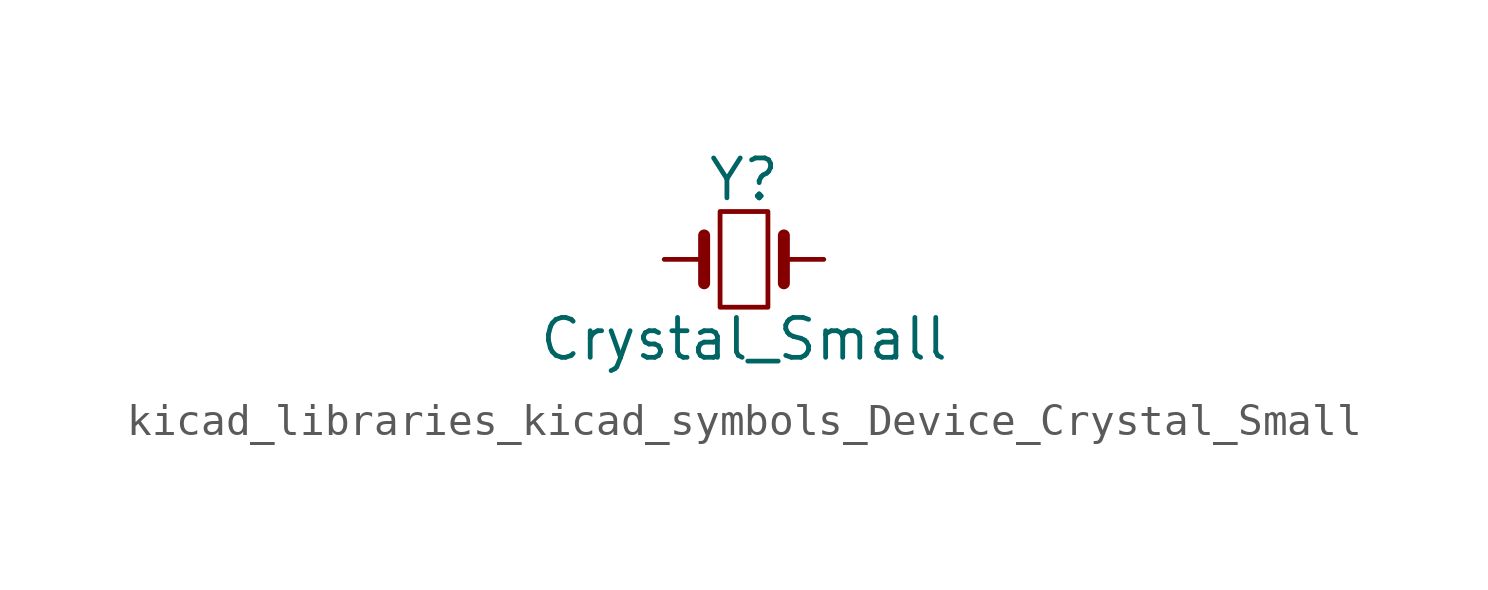
<source format=kicad_sym>
(kicad_symbol_lib
  (version 20220914)
  (generator kicad_symbol_editor)
  (symbol "kicad_libraries_kicad_symbols_Device_Crystal_Small"
    (pin_numbers hide)
    (pin_names
      (offset 1.016) hide)
    (property "Reference" "Y"
      (at 0 2.54 0)
      (effects (font (size 1.27 1.27))))
    (property "Value" "Crystal_Small"
      (at 0 -2.54 0)
      (effects (font (size 1.27 1.27))))
    (symbol "kicad_libraries_kicad_symbols_Device_Crystal_Small_0_1"
      (rectangle (start -0.762 -1.524) (end 0.762 1.524) (stroke (width 0) (type default)) (fill (type none)))
      (polyline (pts (xy -1.27 -0.762) (xy -1.27 0.762)) (stroke (width 0.381) (type default)) (fill (type none)))
      (polyline (pts (xy 1.27 -0.762) (xy 1.27 0.762)) (stroke (width 0.381) (type default)) (fill (type none))))
    (symbol "kicad_libraries_kicad_symbols_Device_Crystal_Small_1_1"
      (pin passive line (at -2.54 0 0) (length 1.27) (name "1" (effects (font (size 1.27 1.27)))) (number "1" (effects (font (size 1.27 1.27)))))
      (pin passive line (at 2.54 0 180) (length 1.27) (name "2" (effects (font (size 1.27 1.27)))) (number "2" (effects (font (size 1.27 1.27))))))))
</source>
